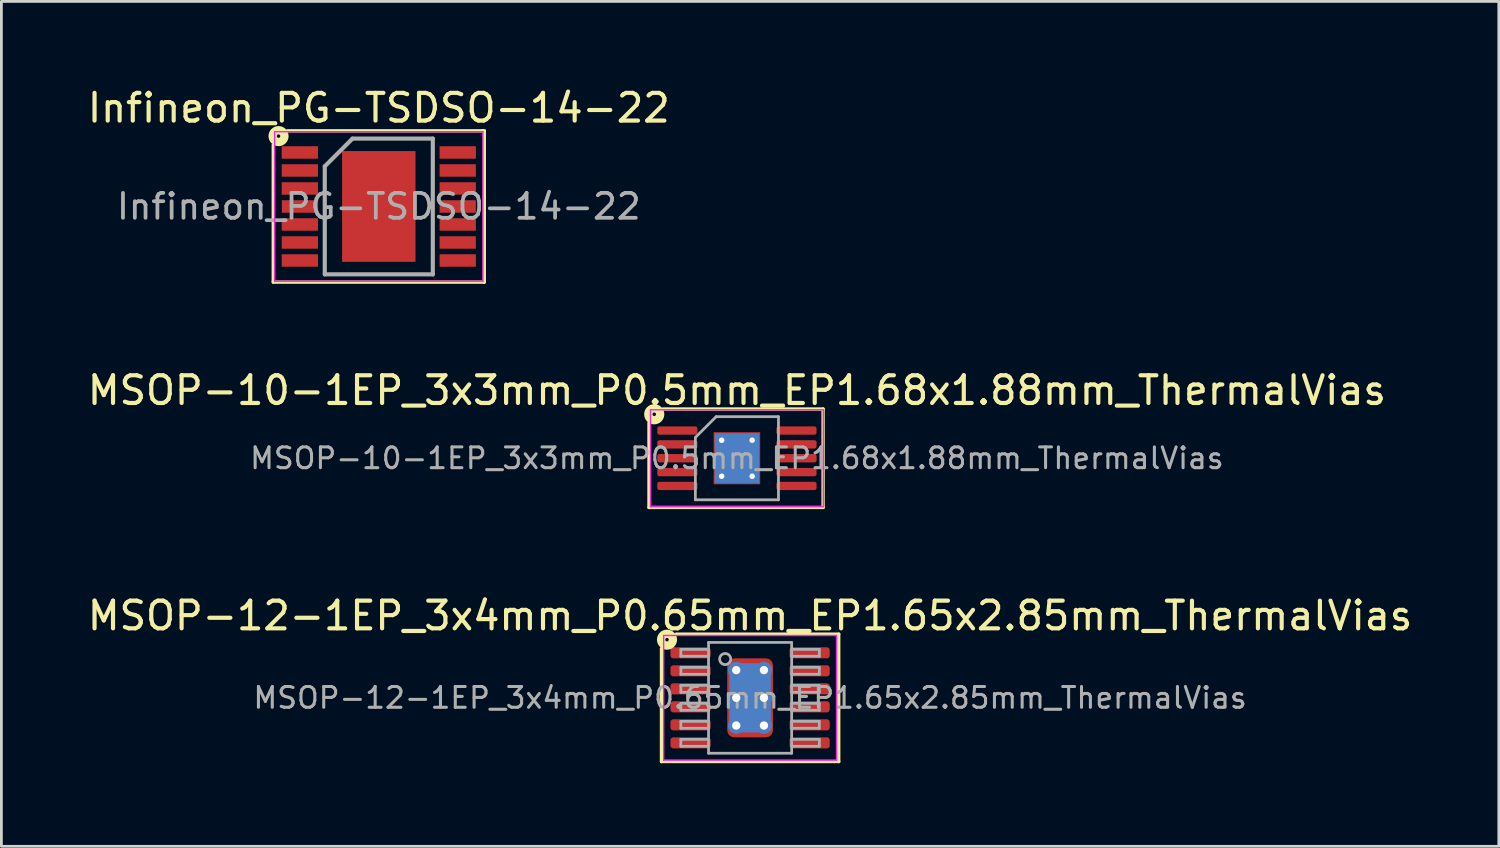
<source format=kicad_pcb>
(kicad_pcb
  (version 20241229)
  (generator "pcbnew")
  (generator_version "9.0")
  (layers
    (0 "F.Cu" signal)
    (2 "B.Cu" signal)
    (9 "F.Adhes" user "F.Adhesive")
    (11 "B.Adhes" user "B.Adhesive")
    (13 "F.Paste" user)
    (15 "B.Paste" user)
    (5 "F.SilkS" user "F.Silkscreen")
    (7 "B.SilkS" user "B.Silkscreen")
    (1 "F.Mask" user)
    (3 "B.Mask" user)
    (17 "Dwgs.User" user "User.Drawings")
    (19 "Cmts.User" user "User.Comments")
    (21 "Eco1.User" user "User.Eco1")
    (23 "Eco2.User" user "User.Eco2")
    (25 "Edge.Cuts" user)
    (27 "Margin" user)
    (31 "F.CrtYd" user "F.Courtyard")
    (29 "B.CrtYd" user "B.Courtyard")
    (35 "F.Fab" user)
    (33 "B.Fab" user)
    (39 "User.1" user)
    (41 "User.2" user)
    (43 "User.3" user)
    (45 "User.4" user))
  (footprint "MSOP-12-1EP_3x4mm_P0.65mm_EP1.65x2.85mm_ThermalVias"
    (layer "F.Cu")
    (at 24.03 22.143)
    (property "Reference" "MSOP-12-1EP_3x4mm_P0.65mm_EP1.65x2.85mm_ThermalVias" (at 0 -2.964 0) (layer "F.SilkS") (effects (font (size 1 1) (thickness 0.15))))
    (attr smd)
    (fp_line (start -3.2 2.3) (end -3.2 -1.778) (stroke (width 0.12) (type solid)) (layer "F.SilkS"))
    (fp_line (start -2.667 -2.3) (end 3.2 -2.3) (stroke (width 0.12) (type solid)) (layer "F.SilkS"))
    (fp_line (start 3.2 -2.3) (end 3.2 2.3) (stroke (width 0.12) (type solid)) (layer "F.SilkS"))
    (fp_line (start 3.2 2.3) (end -3.2 2.3) (stroke (width 0.12) (type solid)) (layer "F.SilkS"))
    (fp_circle (center -3 -2.1) (end -2.937 -2.1) (stroke (width 0.3) (type solid)) (fill no) (layer "F.SilkS"))
    (fp_line (start -3.12 -2.25) (end -3.12 2.25) (stroke (width 0.05) (type solid)) (layer "F.CrtYd"))
    (fp_line (start -3.12 2.25) (end 3.12 2.25) (stroke (width 0.05) (type solid)) (layer "F.CrtYd"))
    (fp_line (start 3.12 -2.25) (end -3.12 -2.25) (stroke (width 0.05) (type solid)) (layer "F.CrtYd"))
    (fp_line (start 3.12 2.25) (end 3.12 -2.25) (stroke (width 0.05) (type solid)) (layer "F.CrtYd"))
    (fp_line (start -2.5 -1.75) (end -2.5 -1.5) (stroke (width 0.1) (type solid)) (layer "F.Fab"))
    (fp_line (start -2.5 -1.75) (end -1.5 -1.75) (stroke (width 0.1) (type solid)) (layer "F.Fab"))
    (fp_line (start -2.5 -1.5) (end -1.5 -1.5) (stroke (width 0.1) (type solid)) (layer "F.Fab"))
    (fp_line (start -2.5 -0.45) (end -2.5 -0.2) (stroke (width 0.1) (type solid)) (layer "F.Fab"))
    (fp_line (start -2.5 -0.45) (end -1.5 -0.45) (stroke (width 0.1) (type solid)) (layer "F.Fab"))
    (fp_line (start -2.5 -0.2) (end -1.5 -0.2) (stroke (width 0.1) (type solid)) (layer "F.Fab"))
    (fp_line (start -2.5 0.2) (end -2.5 0.45) (stroke (width 0.1) (type solid)) (layer "F.Fab"))
    (fp_line (start -2.5 0.2) (end -1.5 0.2) (stroke (width 0.1) (type solid)) (layer "F.Fab"))
    (fp_line (start -2.5 0.45) (end -1.5 0.45) (stroke (width 0.1) (type solid)) (layer "F.Fab"))
    (fp_line (start -2.5 0.85) (end -2.5 1.1) (stroke (width 0.1) (type solid)) (layer "F.Fab"))
    (fp_line (start -2.5 0.85) (end -1.5 0.85) (stroke (width 0.1) (type solid)) (layer "F.Fab"))
    (fp_line (start -2.5 1.1) (end -1.5 1.1) (stroke (width 0.1) (type solid)) (layer "F.Fab"))
    (fp_line (start -2.5 1.5) (end -2.5 1.75) (stroke (width 0.1) (type solid)) (layer "F.Fab"))
    (fp_line (start -2.5 1.5) (end -1.5 1.5) (stroke (width 0.1) (type solid)) (layer "F.Fab"))
    (fp_line (start -2.5 1.75) (end -1.5 1.75) (stroke (width 0.1) (type solid)) (layer "F.Fab"))
    (fp_line (start -2.498 -1.099) (end -2.498 -0.849) (stroke (width 0.1) (type solid)) (layer "F.Fab"))
    (fp_line (start -2.498 -1.099) (end -1.498 -1.099) (stroke (width 0.1) (type solid)) (layer "F.Fab"))
    (fp_line (start -2.498 -0.849) (end -1.498 -0.849) (stroke (width 0.1) (type solid)) (layer "F.Fab"))
    (fp_line (start -1.5 -2) (end 1.5 -2) (stroke (width 0.1) (type solid)) (layer "F.Fab"))
    (fp_line (start -1.5 2) (end -1.5 -2) (stroke (width 0.1) (type solid)) (layer "F.Fab"))
    (fp_line (start 1.5 -2) (end 1.5 2) (stroke (width 0.1) (type solid)) (layer "F.Fab"))
    (fp_line (start 1.5 2) (end -1.5 2) (stroke (width 0.1) (type solid)) (layer "F.Fab"))
    (fp_line (start 2.498 0.849) (end 1.498 0.849) (stroke (width 0.1) (type solid)) (layer "F.Fab"))
    (fp_line (start 2.498 1.099) (end 1.498 1.099) (stroke (width 0.1) (type solid)) (layer "F.Fab"))
    (fp_line (start 2.498 1.099) (end 2.498 0.849) (stroke (width 0.1) (type solid)) (layer "F.Fab"))
    (fp_line (start 2.5 -1.75) (end 1.5 -1.75) (stroke (width 0.1) (type solid)) (layer "F.Fab"))
    (fp_line (start 2.5 -1.5) (end 1.5 -1.5) (stroke (width 0.1) (type solid)) (layer "F.Fab"))
    (fp_line (start 2.5 -1.5) (end 2.5 -1.75) (stroke (width 0.1) (type solid)) (layer "F.Fab"))
    (fp_line (start 2.5 -1.1) (end 1.5 -1.1) (stroke (width 0.1) (type solid)) (layer "F.Fab"))
    (fp_line (start 2.5 -0.85) (end 1.5 -0.85) (stroke (width 0.1) (type solid)) (layer "F.Fab"))
    (fp_line (start 2.5 -0.85) (end 2.5 -1.1) (stroke (width 0.1) (type solid)) (layer "F.Fab"))
    (fp_line (start 2.5 -0.45) (end 1.5 -0.45) (stroke (width 0.1) (type solid)) (layer "F.Fab"))
    (fp_line (start 2.5 -0.2) (end 1.5 -0.2) (stroke (width 0.1) (type solid)) (layer "F.Fab"))
    (fp_line (start 2.5 -0.2) (end 2.5 -0.45) (stroke (width 0.1) (type solid)) (layer "F.Fab"))
    (fp_line (start 2.5 0.2) (end 1.5 0.2) (stroke (width 0.1) (type solid)) (layer "F.Fab"))
    (fp_line (start 2.5 0.45) (end 1.5 0.45) (stroke (width 0.1) (type solid)) (layer "F.Fab"))
    (fp_line (start 2.5 0.45) (end 2.5 0.2) (stroke (width 0.1) (type solid)) (layer "F.Fab"))
    (fp_line (start 2.5 1.5) (end 1.5 1.5) (stroke (width 0.1) (type solid)) (layer "F.Fab"))
    (fp_line (start 2.5 1.75) (end 1.5 1.75) (stroke (width 0.1) (type solid)) (layer "F.Fab"))
    (fp_line (start 2.5 1.75) (end 2.5 1.5) (stroke (width 0.1) (type solid)) (layer "F.Fab"))
    (fp_circle (center -0.9 -1.4) (end -0.7 -1.4) (stroke (width 0.1) (type solid)) (fill no) (layer "F.Fab"))
    (fp_text user "${REFERENCE}" (at 0 0 0) (layer "F.Fab") (effects (font (size 0.75 0.75) (thickness 0.11))))
    (pad "" smd roundrect (at -0.41 -0.71) (size 0.69 1.19) (layers "F.Paste") (roundrect_rratio 0.25))
    (pad "" smd roundrect (at -0.41 0.71) (size 0.69 1.19) (layers "F.Paste") (roundrect_rratio 0.25))
    (pad "" smd roundrect (at 0.41 -0.71) (size 0.69 1.19) (layers "F.Paste") (roundrect_rratio 0.25))
    (pad "" smd roundrect (at 0.41 0.71) (size 0.69 1.19) (layers "F.Paste") (roundrect_rratio 0.25))
    (pad "1" smd roundrect (at -2.15 -1.625) (size 1.45 0.4) (layers "F.Cu" "F.Mask" "F.Paste") (roundrect_rratio 0.25))
    (pad "2" smd roundrect (at -2.15 -0.975) (size 1.45 0.4) (layers "F.Cu" "F.Mask" "F.Paste") (roundrect_rratio 0.25))
    (pad "3" smd roundrect (at -2.15 -0.325) (size 1.45 0.4) (layers "F.Cu" "F.Mask" "F.Paste") (roundrect_rratio 0.25))
    (pad "4" smd roundrect (at -2.15 0.325) (size 1.45 0.4) (layers "F.Cu" "F.Mask" "F.Paste") (roundrect_rratio 0.25))
    (pad "5" smd roundrect (at -2.15 0.975) (size 1.45 0.4) (layers "F.Cu" "F.Mask" "F.Paste") (roundrect_rratio 0.25))
    (pad "6" smd roundrect (at -2.15 1.625) (size 1.45 0.4) (layers "F.Cu" "F.Mask" "F.Paste") (roundrect_rratio 0.25))
    (pad "7" smd roundrect (at 2.15 1.625) (size 1.45 0.4) (layers "F.Cu" "F.Mask" "F.Paste") (roundrect_rratio 0.25))
    (pad "8" smd roundrect (at 2.15 0.975) (size 1.45 0.4) (layers "F.Cu" "F.Mask" "F.Paste") (roundrect_rratio 0.25))
    (pad "9" smd roundrect (at 2.15 0.325) (size 1.45 0.4) (layers "F.Cu" "F.Mask" "F.Paste") (roundrect_rratio 0.25))
    (pad "10" smd roundrect (at 2.15 -0.325) (size 1.45 0.4) (layers "F.Cu" "F.Mask" "F.Paste") (roundrect_rratio 0.25))
    (pad "11" smd roundrect (at 2.15 -0.975) (size 1.45 0.4) (layers "F.Cu" "F.Mask" "F.Paste") (roundrect_rratio 0.25))
    (pad "12" smd roundrect (at 2.15 -1.625) (size 1.45 0.4) (layers "F.Cu" "F.Mask" "F.Paste") (roundrect_rratio 0.25))
    (pad "13" thru_hole circle (at -0.5 -1) (size 0.6 0.6) (drill 0.3) (property pad_prop_heatsink) (layers "*.Cu"))
    (pad "13" thru_hole circle (at -0.5 0) (size 0.6 0.6) (drill 0.3) (property pad_prop_heatsink) (layers "*.Cu"))
    (pad "13" thru_hole circle (at -0.5 1) (size 0.6 0.6) (drill 0.3) (property pad_prop_heatsink) (layers "*.Cu"))
    (pad "13" smd roundrect (at 0 0) (size 1.5 2.5) (layers "B.Cu" "B.Mask") (roundrect_rratio 0.167))
    (pad "13" smd roundrect (at 0 0) (size 1.65 2.85) (layers "F.Cu" "F.Mask") (roundrect_rratio 0.152))
    (pad "13" thru_hole circle (at 0.5 -1) (size 0.6 0.6) (drill 0.3) (property pad_prop_heatsink) (layers "*.Cu"))
    (pad "13" thru_hole circle (at 0.5 0) (size 0.6 0.6) (drill 0.3) (property pad_prop_heatsink) (layers "*.Cu"))
    (pad "13" thru_hole circle (at 0.5 1) (size 0.6 0.6) (drill 0.3) (property pad_prop_heatsink) (layers "*.Cu")))
  (footprint "MSOP-10-1EP_3x3mm_P0.5mm_EP1.68x1.88mm_ThermalVias"
    (layer "F.Cu")
    (at 23.554 13.493)
    (property "Reference" "MSOP-10-1EP_3x3mm_P0.5mm_EP1.68x1.88mm_ThermalVias" (at 0 -2.45 0) (layer "F.SilkS") (effects (font (size 1 1) (thickness 0.15))))
    (attr smd)
    (fp_line (start -3.175 1.778) (end -3.175 -1.27) (stroke (width 0.12) (type solid)) (layer "F.SilkS"))
    (fp_line (start -2.667 -1.778) (end 3.111 -1.778) (stroke (width 0.12) (type solid)) (layer "F.SilkS"))
    (fp_line (start 3.111 -1.778) (end 3.111 1.778) (stroke (width 0.12) (type solid)) (layer "F.SilkS"))
    (fp_line (start 3.111 1.778) (end -3.175 1.778) (stroke (width 0.12) (type solid)) (layer "F.SilkS"))
    (fp_circle (center -2.985 -1.587) (end -2.921 -1.587) (stroke (width 0.3) (type solid)) (fill no) (layer "F.SilkS"))
    (fp_line (start -3.12 -1.75) (end -3.12 1.75) (stroke (width 0.05) (type solid)) (layer "F.CrtYd"))
    (fp_line (start -3.12 1.75) (end 3.12 1.75) (stroke (width 0.05) (type solid)) (layer "F.CrtYd"))
    (fp_line (start 3.12 -1.75) (end -3.12 -1.75) (stroke (width 0.05) (type solid)) (layer "F.CrtYd"))
    (fp_line (start 3.12 1.75) (end 3.12 -1.75) (stroke (width 0.05) (type solid)) (layer "F.CrtYd"))
    (fp_line (start -1.5 -0.75) (end -0.75 -1.5) (stroke (width 0.1) (type solid)) (layer "F.Fab"))
    (fp_line (start -1.5 1.5) (end -1.5 -0.75) (stroke (width 0.1) (type solid)) (layer "F.Fab"))
    (fp_line (start -0.75 -1.5) (end 1.5 -1.5) (stroke (width 0.1) (type solid)) (layer "F.Fab"))
    (fp_line (start 1.5 -1.5) (end 1.5 1.5) (stroke (width 0.1) (type solid)) (layer "F.Fab"))
    (fp_line (start 1.5 1.5) (end -1.5 1.5) (stroke (width 0.1) (type solid)) (layer "F.Fab"))
    (fp_text user "${REFERENCE}" (at 0 0 0) (layer "F.Fab") (effects (font (size 0.75 0.75) (thickness 0.11))))
    (pad "" smd roundrect (at -0.42 -0.47) (size 0.7 0.79) (layers "F.Paste") (roundrect_rratio 0.25))
    (pad "" smd roundrect (at -0.42 0.47) (size 0.7 0.79) (layers "F.Paste") (roundrect_rratio 0.25))
    (pad "" smd roundrect (at 0.42 -0.47) (size 0.7 0.79) (layers "F.Paste") (roundrect_rratio 0.25))
    (pad "" smd roundrect (at 0.42 0.47) (size 0.7 0.79) (layers "F.Paste") (roundrect_rratio 0.25))
    (pad "1" smd roundrect (at -2.15 -1) (size 1.45 0.3) (layers "F.Cu" "F.Mask" "F.Paste") (roundrect_rratio 0.25))
    (pad "2" smd roundrect (at -2.15 -0.5) (size 1.45 0.3) (layers "F.Cu" "F.Mask" "F.Paste") (roundrect_rratio 0.25))
    (pad "3" smd roundrect (at -2.15 0) (size 1.45 0.3) (layers "F.Cu" "F.Mask" "F.Paste") (roundrect_rratio 0.25))
    (pad "4" smd roundrect (at -2.15 0.5) (size 1.45 0.3) (layers "F.Cu" "F.Mask" "F.Paste") (roundrect_rratio 0.25))
    (pad "5" smd roundrect (at -2.15 1) (size 1.45 0.3) (layers "F.Cu" "F.Mask" "F.Paste") (roundrect_rratio 0.25))
    (pad "6" smd roundrect (at 2.15 1) (size 1.45 0.3) (layers "F.Cu" "F.Mask" "F.Paste") (roundrect_rratio 0.25))
    (pad "7" smd roundrect (at 2.15 0.5) (size 1.45 0.3) (layers "F.Cu" "F.Mask" "F.Paste") (roundrect_rratio 0.25))
    (pad "8" smd roundrect (at 2.15 0) (size 1.45 0.3) (layers "F.Cu" "F.Mask" "F.Paste") (roundrect_rratio 0.25))
    (pad "9" smd roundrect (at 2.15 -0.5) (size 1.45 0.3) (layers "F.Cu" "F.Mask" "F.Paste") (roundrect_rratio 0.25))
    (pad "10" smd roundrect (at 2.15 -1) (size 1.45 0.3) (layers "F.Cu" "F.Mask" "F.Paste") (roundrect_rratio 0.25))
    (pad "11" thru_hole circle (at -0.55 -0.65) (size 0.5 0.5) (drill 0.2) (layers "*.Cu"))
    (pad "11" thru_hole circle (at -0.55 0.65) (size 0.5 0.5) (drill 0.2) (layers "*.Cu"))
    (pad "11" smd rect (at 0 0) (size 1.6 1.8) (layers "B.Cu" "B.Mask"))
    (pad "11" smd rect (at 0 0) (size 1.68 1.88) (layers "F.Cu" "F.Mask"))
    (pad "11" thru_hole circle (at 0.55 -0.65) (size 0.5 0.5) (drill 0.2) (layers "*.Cu"))
    (pad "11" thru_hole circle (at 0.55 0.65) (size 0.5 0.5) (drill 0.2) (layers "*.Cu")))
  (footprint "Infineon_PG-TSDSO-14-22"
    (layer "F.Cu")
    (at 10.625 4.404)
    (property "Reference" "Infineon_PG-TSDSO-14-22" (at 0 -3.556 0) (layer "F.SilkS") (effects (font (size 1 1) (thickness 0.15))))
    (attr smd)
    (fp_line (start -3.81 2.731) (end -3.81 -2.223) (stroke (width 0.12) (type solid)) (layer "F.SilkS"))
    (fp_line (start -3.302 -2.731) (end 3.747 -2.731) (stroke (width 0.12) (type solid)) (layer "F.SilkS"))
    (fp_line (start 3.747 -2.731) (end 3.81 -2.731) (stroke (width 0.12) (type solid)) (layer "F.SilkS"))
    (fp_line (start 3.81 -2.731) (end 3.81 2.731) (stroke (width 0.12) (type solid)) (layer "F.SilkS"))
    (fp_line (start 3.81 2.731) (end -3.81 2.731) (stroke (width 0.12) (type solid)) (layer "F.SilkS"))
    (fp_circle (center -3.619 -2.54) (end -3.556 -2.54) (stroke (width 0.3) (type solid)) (fill no) (layer "F.SilkS"))
    (fp_line (start -3.76 -2.7) (end -3.76 2.7) (stroke (width 0.05) (type solid)) (layer "F.CrtYd"))
    (fp_line (start -3.76 -2.7) (end 3.76 -2.7) (stroke (width 0.05) (type solid)) (layer "F.CrtYd"))
    (fp_line (start -3.76 2.7) (end 3.76 2.7) (stroke (width 0.05) (type solid)) (layer "F.CrtYd"))
    (fp_line (start 3.76 -2.7) (end 3.76 2.7) (stroke (width 0.05) (type solid)) (layer "F.CrtYd"))
    (fp_line (start -1.95 -1.45) (end -0.95 -2.45) (stroke (width 0.15) (type solid)) (layer "F.Fab"))
    (fp_line (start -1.95 2.45) (end -1.95 -1.45) (stroke (width 0.15) (type solid)) (layer "F.Fab"))
    (fp_line (start -0.95 -2.45) (end 1.95 -2.45) (stroke (width 0.15) (type solid)) (layer "F.Fab"))
    (fp_line (start 1.95 -2.45) (end 1.95 2.45) (stroke (width 0.15) (type solid)) (layer "F.Fab"))
    (fp_line (start 1.95 2.45) (end -1.95 2.45) (stroke (width 0.15) (type solid)) (layer "F.Fab"))
    (fp_text user "${REFERENCE}" (at 0 0 0) (layer "F.Fab") (effects (font (size 0.9 0.9) (thickness 0.135))))
    (pad "" smd rect (at 0 -1.075) (size 2.65 1.85) (layers "F.Paste"))
    (pad "" smd rect (at 0 1.075) (size 2.65 1.85) (layers "F.Paste"))
    (pad "1" smd rect (at -2.85 -1.95) (size 1.31 0.45) (layers "F.Cu" "F.Mask" "F.Paste"))
    (pad "2" smd rect (at -2.85 -1.3) (size 1.31 0.45) (layers "F.Cu" "F.Mask" "F.Paste"))
    (pad "3" smd rect (at -2.85 -0.65) (size 1.31 0.45) (layers "F.Cu" "F.Mask" "F.Paste"))
    (pad "4" smd rect (at -2.845 0) (size 1.31 0.45) (layers "F.Cu" "F.Mask" "F.Paste"))
    (pad "5" smd rect (at -2.85 0.65) (size 1.31 0.45) (layers "F.Cu" "F.Mask" "F.Paste"))
    (pad "6" smd rect (at -2.85 1.3) (size 1.31 0.45) (layers "F.Cu" "F.Mask" "F.Paste"))
    (pad "7" smd rect (at -2.85 1.95) (size 1.31 0.45) (layers "F.Cu" "F.Mask" "F.Paste"))
    (pad "8" smd rect (at 2.85 1.95) (size 1.31 0.45) (layers "F.Cu" "F.Mask" "F.Paste"))
    (pad "9" smd rect (at 2.85 1.3) (size 1.31 0.45) (layers "F.Cu" "F.Mask" "F.Paste"))
    (pad "10" smd rect (at 2.85 0.65) (size 1.31 0.45) (layers "F.Cu" "F.Mask" "F.Paste"))
    (pad "11" smd rect (at 2.85 0) (size 1.31 0.45) (layers "F.Cu" "F.Mask" "F.Paste"))
    (pad "12" smd rect (at 2.85 -0.65) (size 1.31 0.45) (layers "F.Cu" "F.Mask" "F.Paste"))
    (pad "13" smd rect (at 2.85 -1.3) (size 1.31 0.45) (layers "F.Cu" "F.Mask" "F.Paste"))
    (pad "14" smd rect (at 2.85 -1.95) (size 1.31 0.45) (layers "F.Cu" "F.Mask" "F.Paste"))
    (pad "15" smd rect (at 0 0) (size 2.65 4) (layers "F.Cu" "F.Mask")))
  (gr_rect
    (start -3 -3)
    (end 51.06 27.503)
    (stroke (width 0.1) (type default))
    (fill no)
    (layer "Edge.Cuts")))
</source>
